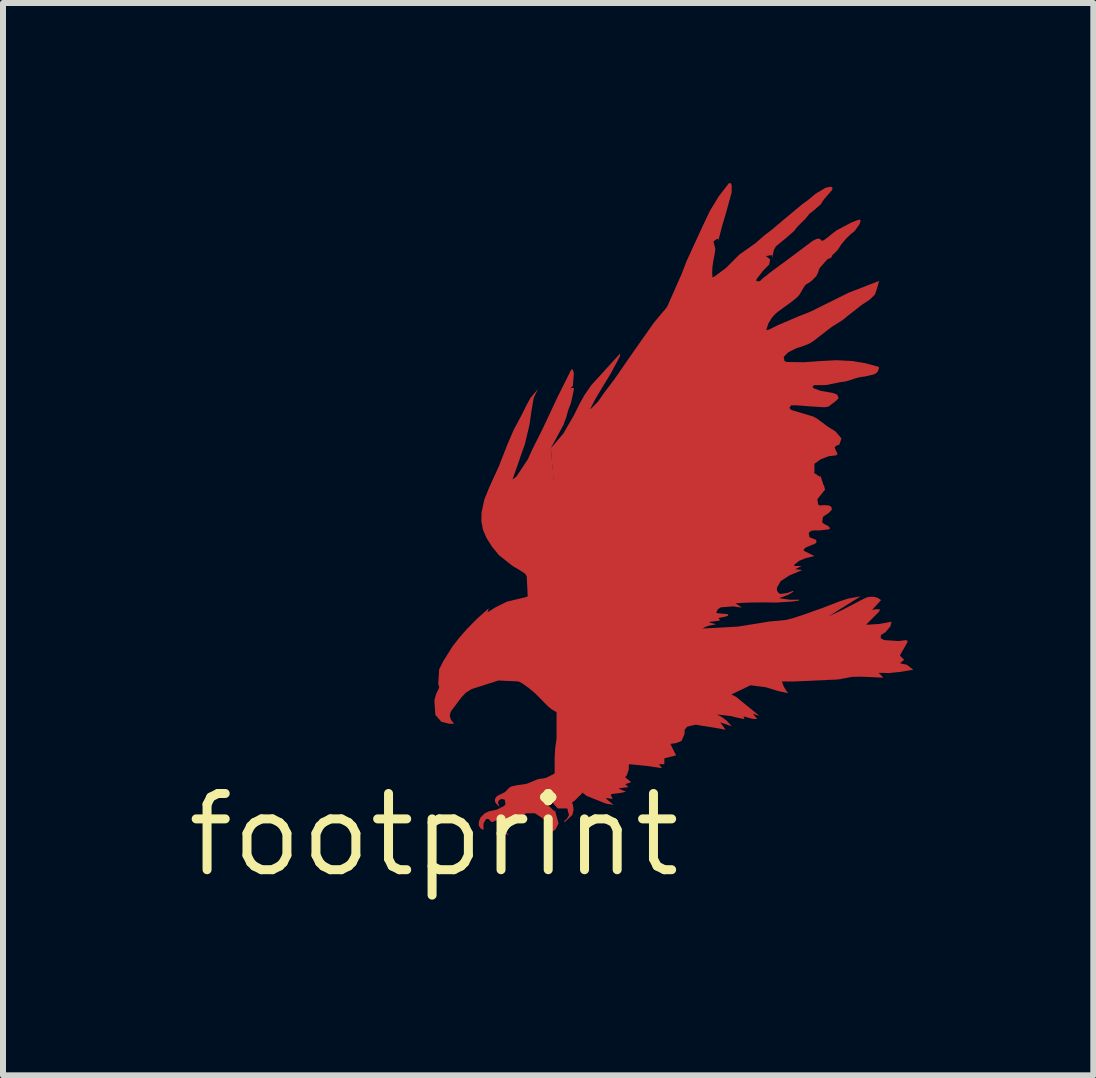
<source format=kicad_pcb>
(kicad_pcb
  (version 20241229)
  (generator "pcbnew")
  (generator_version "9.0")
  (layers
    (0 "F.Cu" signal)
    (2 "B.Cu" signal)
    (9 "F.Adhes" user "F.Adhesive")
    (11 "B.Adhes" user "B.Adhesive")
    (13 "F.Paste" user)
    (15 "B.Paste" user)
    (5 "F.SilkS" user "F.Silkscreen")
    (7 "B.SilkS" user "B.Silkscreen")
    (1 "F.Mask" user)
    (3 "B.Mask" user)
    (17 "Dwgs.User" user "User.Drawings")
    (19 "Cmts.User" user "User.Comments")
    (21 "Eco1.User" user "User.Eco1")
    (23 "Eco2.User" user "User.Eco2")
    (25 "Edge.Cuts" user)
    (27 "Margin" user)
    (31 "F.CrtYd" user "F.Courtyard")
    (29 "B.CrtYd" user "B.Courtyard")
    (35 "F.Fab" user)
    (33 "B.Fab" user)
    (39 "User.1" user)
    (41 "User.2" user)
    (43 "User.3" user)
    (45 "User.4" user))
  (footprint "footprint"
    (layer "F.Cu")
    (at 4.18 10.862)
    (property "Reference" "footprint" (at 0 0 0) (layer "F.SilkS") (effects (font (size 1.27 1.27) (thickness 0.15))))
    (fp_poly (pts (xy 0.289 -2.758) (xy 0.293 -2.764) (xy 0.376 -2.714) (xy 0.393 -2.578) (xy 0.308 -2.493) (xy 0.173 -2.493) (xy 0.136 -2.53) (xy 0.136 -2.613) (xy 0.144 -2.613) (xy 0.138 -2.619) (xy 0.15 -2.631) (xy 0.16 -2.631) (xy 0.151 -2.645) (xy 0.169 -2.681) (xy 0.216 -2.752) (xy 0.216 -2.737) (xy 0.286 -2.765)) (stroke (width 0) (type solid)) (fill yes) (layer "F.Cu"))
    (fp_poly (pts (xy 6.585 -3.647) (xy 6.587 -3.647) (xy 6.794 -3.743) (xy 7.163 -3.935) (xy 7.21 -3.956) (xy 7.261 -3.968) (xy 7.262 -3.96) (xy 7.263 -3.968) (xy 7.329 -3.968) (xy 7.394 -3.951) (xy 7.451 -3.913) (xy 7.301 -3.748) (xy 7.358 -3.76) (xy 7.436 -3.76) (xy 7.413 -3.715) (xy 7.204 -3.505) (xy 7.203 -3.505) (xy 7.204 -3.503) (xy 7.23 -3.503) (xy 7.423 -3.515) (xy 7.626 -3.553) (xy 7.607 -3.475) (xy 7.524 -3.377) (xy 7.447 -3.33) (xy 7.447 -3.276) (xy 7.505 -3.246) (xy 7.743 -3.23) (xy 7.871 -3.246) (xy 7.872 -3.239) (xy 7.877 -3.244) (xy 7.893 -3.228) (xy 7.888 -3.222) (xy 7.895 -3.218) (xy 7.768 -2.996) (xy 7.768 -2.985) (xy 7.836 -2.917) (xy 7.766 -2.862) (xy 7.768 -2.862) (xy 7.768 -2.86) (xy 7.878 -2.836) (xy 7.988 -2.753) (xy 7.777 -2.717) (xy 7.584 -2.697) (xy 7.41 -2.701) (xy 7.491 -2.62) (xy 7.118 -2.637) (xy 6.966 -2.633) (xy 6.815 -2.605) (xy 6.767 -2.595) (xy 6.718 -2.589) (xy 6.012 -2.557) (xy 5.9 -2.556) (xy 5.799 -2.557) (xy 5.811 -2.52) (xy 5.831 -2.471) (xy 5.858 -2.425) (xy 5.875 -2.401) (xy 5.901 -2.361) (xy 5.737 -2.397) (xy 5.529 -2.461) (xy 5.276 -2.493) (xy 4.956 -2.34) (xy 5.038 -2.299) (xy 5.425 -1.983) (xy 5.315 -2.02) (xy 5.388 -1.932) (xy 5.322 -1.932) (xy 5.256 -1.948) (xy 5.159 -1.976) (xy 5.174 -1.929) (xy 5.081 -1.948) (xy 5.016 -1.963) (xy 4.952 -1.98) (xy 4.719 -2.007) (xy 4.798 -1.963) (xy 4.878 -1.905) (xy 4.964 -1.81) (xy 4.769 -1.876) (xy 4.816 -1.816) (xy 4.859 -1.752) (xy 4.664 -1.788) (xy 4.361 -1.836) (xy 4.221 -1.804) (xy 4.179 -1.753) (xy 4.176 -1.675) (xy 4.174 -1.675) (xy 4.126 -1.565) (xy 4.029 -1.528) (xy 3.94 -1.517) (xy 4.036 -1.325) (xy 3.84 -1.276) (xy 3.84 -1.178) (xy 3.751 -1.178) (xy 3.802 -1.111) (xy 3.574 -1.146) (xy 3.257 -1.178) (xy 3.247 -1.167) (xy 3.247 -1.089) (xy 3.213 -0.99) (xy 3.186 -0.962) (xy 3.287 -0.879) (xy 3.189 -0.846) (xy 3.24 -0.796) (xy 3.097 -0.778) (xy 3.081 -0.77) (xy 3.201 -0.719) (xy 3.095 -0.697) (xy 2.968 -0.682) (xy 2.945 -0.67) (xy 2.98 -0.599) (xy 2.868 -0.615) (xy 2.876 -0.598) (xy 2.994 -0.5) (xy 2.868 -0.521) (xy 2.545 -0.65) (xy 2.461 -0.717) (xy 2.22 -3.423) (xy 4.473 -3.439) (xy 5.065 -3.471) (xy 5.466 -3.535) (xy 5.593 -3.557) (xy 5.723 -3.567) (xy 5.86 -3.581) (xy 5.994 -3.615) (xy 6.186 -3.679) (xy 6.468 -3.779) (xy 6.747 -3.887) (xy 6.905 -3.939) (xy 7.109 -3.975)) (stroke (width 0) (type solid)) (fill yes) (layer "F.Cu"))
    (fp_poly (pts (xy 2.316 -7.748) (xy 2.332 -7.698) (xy 2.325 -7.695) (xy 2.333 -7.695) (xy 2.316 -7.483) (xy 2.269 -7.436) (xy 2.291 -7.447) (xy 2.333 -7.447) (xy 2.333 -7.422) (xy 2.284 -7.196) (xy 2.238 -7.078) (xy 2.204 -6.955) (xy 2.156 -6.826) (xy 2.099 -6.722) (xy 2.043 -6.617) (xy 1.995 -6.529) (xy 1.948 -6.443) (xy 2.3 -2.798) (xy 2.3 -2.798) (xy 2.3 -2.791) (xy 2.301 -2.782) (xy 2.301 -2.782) (xy 2.477 -0.702) (xy 2.346 -0.571) (xy 2.302 -0.542) (xy 2.314 -0.505) (xy 2.316 -0.505) (xy 2.328 -0.415) (xy 2.306 -0.331) (xy 2.18 -0.213) (xy 2.169 -0.225) (xy 2.222 -0.278) (xy 2.252 -0.33) (xy 2.222 -0.441) (xy 2.065 -0.441) (xy 2.046 -0.459) (xy 2.004 -0.506) (xy 1.967 -0.554) (xy 1.894 -0.569) (xy 1.864 -0.548) (xy 1.841 -0.53) (xy 1.929 -0.471) (xy 2.012 -0.388) (xy 2.012 -0.428) (xy 2.077 -0.192) (xy 2.026 -0.091) (xy 1.971 -0.052) (xy 1.871 -0.006) (xy 1.964 -0.1) (xy 1.964 -0.233) (xy 1.856 -0.233) (xy 1.807 -0.282) (xy 1.681 -0.361) (xy 1.541 -0.361) (xy 1.517 -0.349) (xy 1.497 -0.331) (xy 1.472 -0.301) (xy 1.447 -0.265) (xy 1.381 -0.265) (xy 1.239 -0.17) (xy 1.215 -0.154) (xy 1.193 -0.139) (xy 1.179 -0.082) (xy 1.198 -0.051) (xy 1.251 0.01) (xy 1.182 -0.025) (xy 1.143 -0.053) (xy 1.114 -0.094) (xy 1.114 -0.211) (xy 1.158 -0.282) (xy 1.184 -0.311) (xy 1.158 -0.297) (xy 0.98 -0.216) (xy 0.959 -0.216) (xy 0.91 -0.265) (xy 0.87 -0.265) (xy 0.826 -0.19) (xy 0.826 -0.083) (xy 0.78 -0.106) (xy 0.746 -0.158) (xy 0.746 -0.161) (xy 0.751 -0.229) (xy 0.779 -0.293) (xy 0.845 -0.359) (xy 0.916 -0.393) (xy 0.992 -0.409) (xy 1.042 -0.419) (xy 1.087 -0.44) (xy 1.118 -0.458) (xy 1.151 -0.472) (xy 1.178 -0.49) (xy 1.194 -0.515) (xy 1.18 -0.587) (xy 1.124 -0.601) (xy 1.081 -0.572) (xy 1.068 -0.537) (xy 1.095 -0.465) (xy 1.036 -0.523) (xy 1.036 -0.524) (xy 1.017 -0.557) (xy 1.018 -0.595) (xy 1.032 -0.624) (xy 1.053 -0.648) (xy 1.119 -0.681) (xy 1.182 -0.712) (xy 1.262 -0.792) (xy 1.296 -0.809) (xy 1.393 -0.829) (xy 1.49 -0.842) (xy 1.546 -0.852) (xy 1.6 -0.873) (xy 1.713 -0.921) (xy 1.753 -0.933) (xy 1.795 -0.938) (xy 1.795 -0.938) (xy 1.835 -0.943) (xy 1.873 -0.953) (xy 2 -1.017) (xy 2.007 -1.023) (xy 2.012 -1.029) (xy 2.012 -1.267) (xy 2.02 -1.436) (xy 2.044 -1.604) (xy 2.044 -2.047) (xy 2.016 -2.061) (xy 1.956 -2.097) (xy 1.902 -2.142) (xy 1.846 -2.198) (xy 1.79 -2.255) (xy 1.678 -2.367) (xy 1.582 -2.447) (xy 1.471 -2.526) (xy 1.409 -2.557) (xy 1.075 -2.573) (xy 0.629 -2.43) (xy 0.532 -2.37) (xy 0.455 -2.287) (xy 0.311 -2.095) (xy 0.294 -2.072) (xy 0.28 -2.049) (xy 0.264 -1.988) (xy 0.28 -1.927) (xy 0.301 -1.895) (xy 0.338 -1.852) (xy 0.256 -1.852) (xy 0.124 -1.885) (xy 0.024 -2.001) (xy 0.024 -2.004) (xy 0.008 -2.245) (xy 0.04 -2.355) (xy 0.088 -2.455) (xy 0.088 -2.468) (xy 0.072 -2.516) (xy 0.072 -2.517) (xy 0.088 -2.76) (xy 0.121 -2.825) (xy 0.153 -2.89) (xy 0.314 -3.147) (xy 0.431 -3.295) (xy 0.555 -3.436) (xy 0.719 -3.602) (xy 0.915 -3.777) (xy 0.893 -3.711) (xy 0.896 -3.711) (xy 1.022 -3.79) (xy 1.216 -3.887) (xy 1.551 -3.967) (xy 1.563 -3.979) (xy 1.547 -4.31) (xy 1.517 -4.355) (xy 1.416 -4.42) (xy 1.31 -4.482) (xy 1.085 -4.66) (xy 0.971 -4.799) (xy 0.875 -4.95) (xy 0.818 -5.084) (xy 0.791 -5.226) (xy 0.794 -5.372) (xy 0.84 -5.587) (xy 0.922 -5.791) (xy 1.083 -6.143) (xy 1.227 -6.512) (xy 1.33 -6.75) (xy 1.452 -6.978) (xy 1.548 -7.17) (xy 1.61 -7.283) (xy 1.735 -7.429) (xy 1.675 -7.308) (xy 1.659 -7.261) (xy 1.624 -7.053) (xy 1.595 -6.844) (xy 1.515 -6.507) (xy 1.449 -6.322) (xy 1.386 -6.138) (xy 1.31 -5.924) (xy 1.312 -5.924) (xy 1.373 -5.969) (xy 1.564 -6.256) (xy 1.644 -6.432) (xy 1.821 -6.785) (xy 2.061 -7.298) (xy 2.286 -7.748) (xy 2.294 -7.756) (xy 2.307 -7.756)) (stroke (width 0) (type solid)) (fill yes) (layer "F.Cu"))
    (fp_poly (pts (xy 6.353 -8.25) (xy 6.269 -8.193) (xy 6.175 -8.153) (xy 6.102 -8.129) (xy 6.031 -8.105) (xy 5.905 -8.042) (xy 5.828 -7.965) (xy 5.843 -7.894) (xy 5.885 -7.88) (xy 6.164 -7.876) (xy 6.444 -7.896) (xy 6.709 -7.91) (xy 6.975 -7.896) (xy 7.195 -7.859) (xy 7.415 -7.798) (xy 7.415 -7.774) (xy 7.398 -7.723) (xy 7.367 -7.692) (xy 7.329 -7.672) (xy 7.184 -7.639) (xy 7.103 -7.628) (xy 7.024 -7.608) (xy 6.976 -7.592) (xy 6.928 -7.575) (xy 6.848 -7.554) (xy 6.767 -7.543) (xy 6.607 -7.511) (xy 6.559 -7.499) (xy 6.509 -7.495) (xy 6.421 -7.495) (xy 6.336 -7.495) (xy 6.31 -7.469) (xy 6.322 -7.445) (xy 6.447 -7.398) (xy 6.639 -7.366) (xy 6.681 -7.353) (xy 6.721 -7.334) (xy 6.717 -7.327) (xy 6.725 -7.329) (xy 6.743 -7.276) (xy 6.691 -7.224) (xy 6.629 -7.178) (xy 6.629 -7.178) (xy 6.574 -7.137) (xy 6.509 -7.126) (xy 6.252 -7.142) (xy 6.044 -7.158) (xy 5.952 -7.158) (xy 5.925 -7.118) (xy 5.94 -7.094) (xy 5.967 -7.077) (xy 6.339 -6.966) (xy 6.325 -6.966) (xy 6.365 -6.949) (xy 6.434 -6.9) (xy 6.562 -6.804) (xy 6.691 -6.724) (xy 6.791 -6.607) (xy 6.756 -6.503) (xy 6.706 -6.486) (xy 6.678 -6.459) (xy 6.693 -6.416) (xy 6.725 -6.35) (xy 6.725 -6.345) (xy 6.705 -6.325) (xy 6.575 -6.309) (xy 6.512 -6.284) (xy 6.449 -6.261) (xy 6.341 -6.184) (xy 6.341 -6.137) (xy 6.341 -6.137) (xy 6.341 -6.057) (xy 6.34 -6.056) (xy 6.336 -6.035) (xy 6.354 -6.018) (xy 6.437 -5.963) (xy 6.437 -5.997) (xy 6.485 -5.854) (xy 6.488 -5.837) (xy 6.5 -5.823) (xy 6.518 -5.754) (xy 6.451 -5.67) (xy 6.389 -5.593) (xy 6.404 -5.504) (xy 6.422 -5.493) (xy 6.445 -5.491) (xy 6.509 -5.495) (xy 6.581 -5.49) (xy 6.581 -5.488) (xy 6.605 -5.479) (xy 6.629 -5.454) (xy 6.629 -5.415) (xy 6.578 -5.364) (xy 6.484 -5.302) (xy 6.469 -5.213) (xy 6.481 -5.198) (xy 6.498 -5.185) (xy 6.528 -5.167) (xy 6.562 -5.153) (xy 6.597 -5.118) (xy 6.597 -5.114) (xy 6.597 -5.102) (xy 6.586 -5.091) (xy 6.574 -5.09) (xy 6.429 -5.074) (xy 6.341 -5.074) (xy 6.341 -5.075) (xy 6.281 -5.065) (xy 6.245 -5.031) (xy 6.259 -4.96) (xy 6.335 -4.929) (xy 6.354 -4.924) (xy 6.359 -4.92) (xy 6.374 -4.914) (xy 6.367 -4.914) (xy 6.369 -4.912) (xy 6.365 -4.906) (xy 6.373 -4.906) (xy 6.373 -4.87) (xy 6.339 -4.845) (xy 6.303 -4.834) (xy 6.193 -4.787) (xy 6.164 -4.758) (xy 6.164 -4.734) (xy 6.193 -4.72) (xy 6.34 -4.647) (xy 6.191 -4.61) (xy 6.088 -4.568) (xy 6.003 -4.5) (xy 6 -4.493) (xy 6.015 -4.481) (xy 6.126 -4.481) (xy 6.022 -4.429) (xy 6.138 -4.413) (xy 5.92 -4.322) (xy 5.778 -4.227) (xy 5.715 -4.118) (xy 5.717 -4.07) (xy 5.745 -4.03) (xy 5.765 -4.019) (xy 5.788 -4.016) (xy 5.884 -4.03) (xy 5.984 -4.066) (xy 5.99 -4.053) (xy 5.903 -4.001) (xy 5.753 -3.946) (xy 5.805 -3.936) (xy 5.94 -3.918) (xy 6.084 -3.92) (xy 6.085 -3.905) (xy 5.965 -3.888) (xy 5.708 -3.872) (xy 5.491 -3.874) (xy 5.275 -3.872) (xy 5.139 -3.867) (xy 5.026 -3.858) (xy 5.132 -3.787) (xy 4.986 -3.808) (xy 4.78 -3.792) (xy 4.729 -3.758) (xy 4.706 -3.703) (xy 4.708 -3.698) (xy 4.715 -3.695) (xy 4.893 -3.679) (xy 4.903 -3.67) (xy 4.903 -3.656) (xy 4.894 -3.648) (xy 4.82 -3.629) (xy 4.749 -3.616) (xy 4.741 -3.607) (xy 4.75 -3.598) (xy 4.758 -3.596) (xy 4.765 -3.581) (xy 4.748 -3.567) (xy 4.737 -3.568) (xy 4.73 -3.567) (xy 4.666 -3.558) (xy 4.603 -3.551) (xy 4.596 -3.548) (xy 4.594 -3.542) (xy 4.596 -3.537) (xy 4.603 -3.535) (xy 4.702 -3.51) (xy 4.587 -3.487) (xy 4.52 -3.464) (xy 4.459 -3.423) (xy 2.205 -3.407) (xy 1.948 -6.448) (xy 1.982 -6.482) (xy 2.158 -6.69) (xy 2.334 -6.994) (xy 2.417 -7.164) (xy 2.51 -7.331) (xy 2.628 -7.501) (xy 2.768 -7.653) (xy 3.102 -8.021) (xy 3.102 -7.982) (xy 3.069 -7.916) (xy 2.947 -7.688) (xy 2.812 -7.467) (xy 2.694 -7.27) (xy 2.603 -7.094) (xy 2.624 -7.108) (xy 2.735 -7.22) (xy 2.836 -7.365) (xy 2.944 -7.508) (xy 3.009 -7.595) (xy 3.072 -7.684) (xy 3.215 -7.893) (xy 3.36 -8.101) (xy 3.665 -8.534) (xy 3.826 -8.727) (xy 3.86 -8.765) (xy 3.889 -8.806) (xy 4.129 -9.35) (xy 4.209 -9.558) (xy 4.482 -10.152) (xy 4.601 -10.402) (xy 4.746 -10.639) (xy 4.915 -10.859) (xy 4.922 -10.854) (xy 4.922 -10.862) (xy 4.942 -10.862) (xy 4.955 -10.842) (xy 4.962 -10.823) (xy 4.962 -10.708) (xy 4.865 -10.354) (xy 4.805 -10.155) (xy 4.737 -9.893) (xy 4.737 -9.936) (xy 4.733 -9.932) (xy 4.721 -9.931) (xy 4.716 -9.931) (xy 4.658 -9.889) (xy 4.673 -9.83) (xy 4.673 -9.83) (xy 4.69 -9.764) (xy 4.673 -9.65) (xy 4.654 -9.554) (xy 4.641 -9.458) (xy 4.637 -9.371) (xy 4.641 -9.291) (xy 4.647 -9.291) (xy 4.677 -9.305) (xy 4.869 -9.449) (xy 5.093 -9.673) (xy 5.254 -9.786) (xy 5.366 -9.866) (xy 5.498 -9.983) (xy 5.638 -10.09) (xy 5.847 -10.267) (xy 6.135 -10.507) (xy 6.251 -10.592) (xy 6.36 -10.684) (xy 6.522 -10.781) (xy 6.588 -10.797) (xy 6.605 -10.799) (xy 6.629 -10.797) (xy 6.629 -10.793) (xy 6.643 -10.779) (xy 6.637 -10.774) (xy 6.644 -10.77) (xy 6.628 -10.737) (xy 6.515 -10.608) (xy 6.48 -10.563) (xy 6.451 -10.512) (xy 6.322 -10.399) (xy 6.258 -10.351) (xy 6.191 -10.266) (xy 6.114 -10.191) (xy 6.054 -10.131) (xy 6.002 -10.063) (xy 5.873 -9.95) (xy 5.698 -9.806) (xy 5.666 -9.748) (xy 5.635 -9.61) (xy 5.635 -9.664) (xy 5.631 -9.66) (xy 5.58 -9.654) (xy 5.535 -9.644) (xy 5.534 -9.643) (xy 5.536 -9.641) (xy 5.604 -9.59) (xy 5.586 -9.503) (xy 5.489 -9.405) (xy 5.378 -9.263) (xy 5.371 -9.242) (xy 5.376 -9.226) (xy 5.432 -9.226) (xy 5.478 -9.272) (xy 5.613 -9.379) (xy 5.751 -9.481) (xy 5.871 -9.569) (xy 5.991 -9.658) (xy 6.312 -9.899) (xy 6.372 -9.929) (xy 6.372 -9.931) (xy 6.405 -9.935) (xy 6.433 -9.931) (xy 6.451 -9.913) (xy 6.452 -9.912) (xy 6.461 -9.901) (xy 6.476 -9.9) (xy 6.49 -9.906) (xy 6.505 -9.915) (xy 6.568 -9.962) (xy 6.639 -10.02) (xy 6.713 -10.075) (xy 6.955 -10.204) (xy 7.019 -10.229) (xy 7.083 -10.252) (xy 7.086 -10.245) (xy 7.086 -10.252) (xy 7.101 -10.252) (xy 7.111 -10.229) (xy 7.093 -10.177) (xy 7.012 -10.063) (xy 6.936 -10.001) (xy 6.868 -9.934) (xy 6.791 -9.843) (xy 6.724 -9.742) (xy 6.643 -9.662) (xy 6.632 -9.65) (xy 6.628 -9.627) (xy 6.624 -9.627) (xy 6.61 -9.612) (xy 6.562 -9.596) (xy 6.435 -9.454) (xy 6.415 -9.418) (xy 6.404 -9.376) (xy 6.371 -9.31) (xy 6.33 -9.269) (xy 6.29 -9.228) (xy 6.241 -9.196) (xy 6.206 -9.176) (xy 6.179 -9.149) (xy 6.131 -9.07) (xy 6.097 -9.009) (xy 6.05 -8.956) (xy 5.979 -8.897) (xy 5.905 -8.843) (xy 5.728 -8.715) (xy 5.678 -8.67) (xy 5.634 -8.62) (xy 5.574 -8.524) (xy 5.54 -8.419) (xy 5.549 -8.41) (xy 5.569 -8.415) (xy 5.592 -8.424) (xy 5.656 -8.456) (xy 5.72 -8.488) (xy 6.057 -8.633) (xy 6.277 -8.72) (xy 6.489 -8.825) (xy 6.907 -9.033) (xy 7.418 -9.231) (xy 7.398 -9.152) (xy 7.35 -9.006) (xy 7.268 -8.924) (xy 7.123 -8.827) (xy 7.043 -8.763) (xy 6.899 -8.651) (xy 6.814 -8.581) (xy 6.722 -8.522) (xy 6.648 -8.477) (xy 6.578 -8.426) (xy 6.434 -8.314) (xy 6.393 -8.283)) (stroke (width 0) (type solid)) (fill yes) (layer "F.Cu")))
  (gr_rect
    (start -3 -3)
    (end 15.168 14.868)
    (stroke (width 0.1) (type default))
    (fill no)
    (layer "Edge.Cuts")))
</source>
